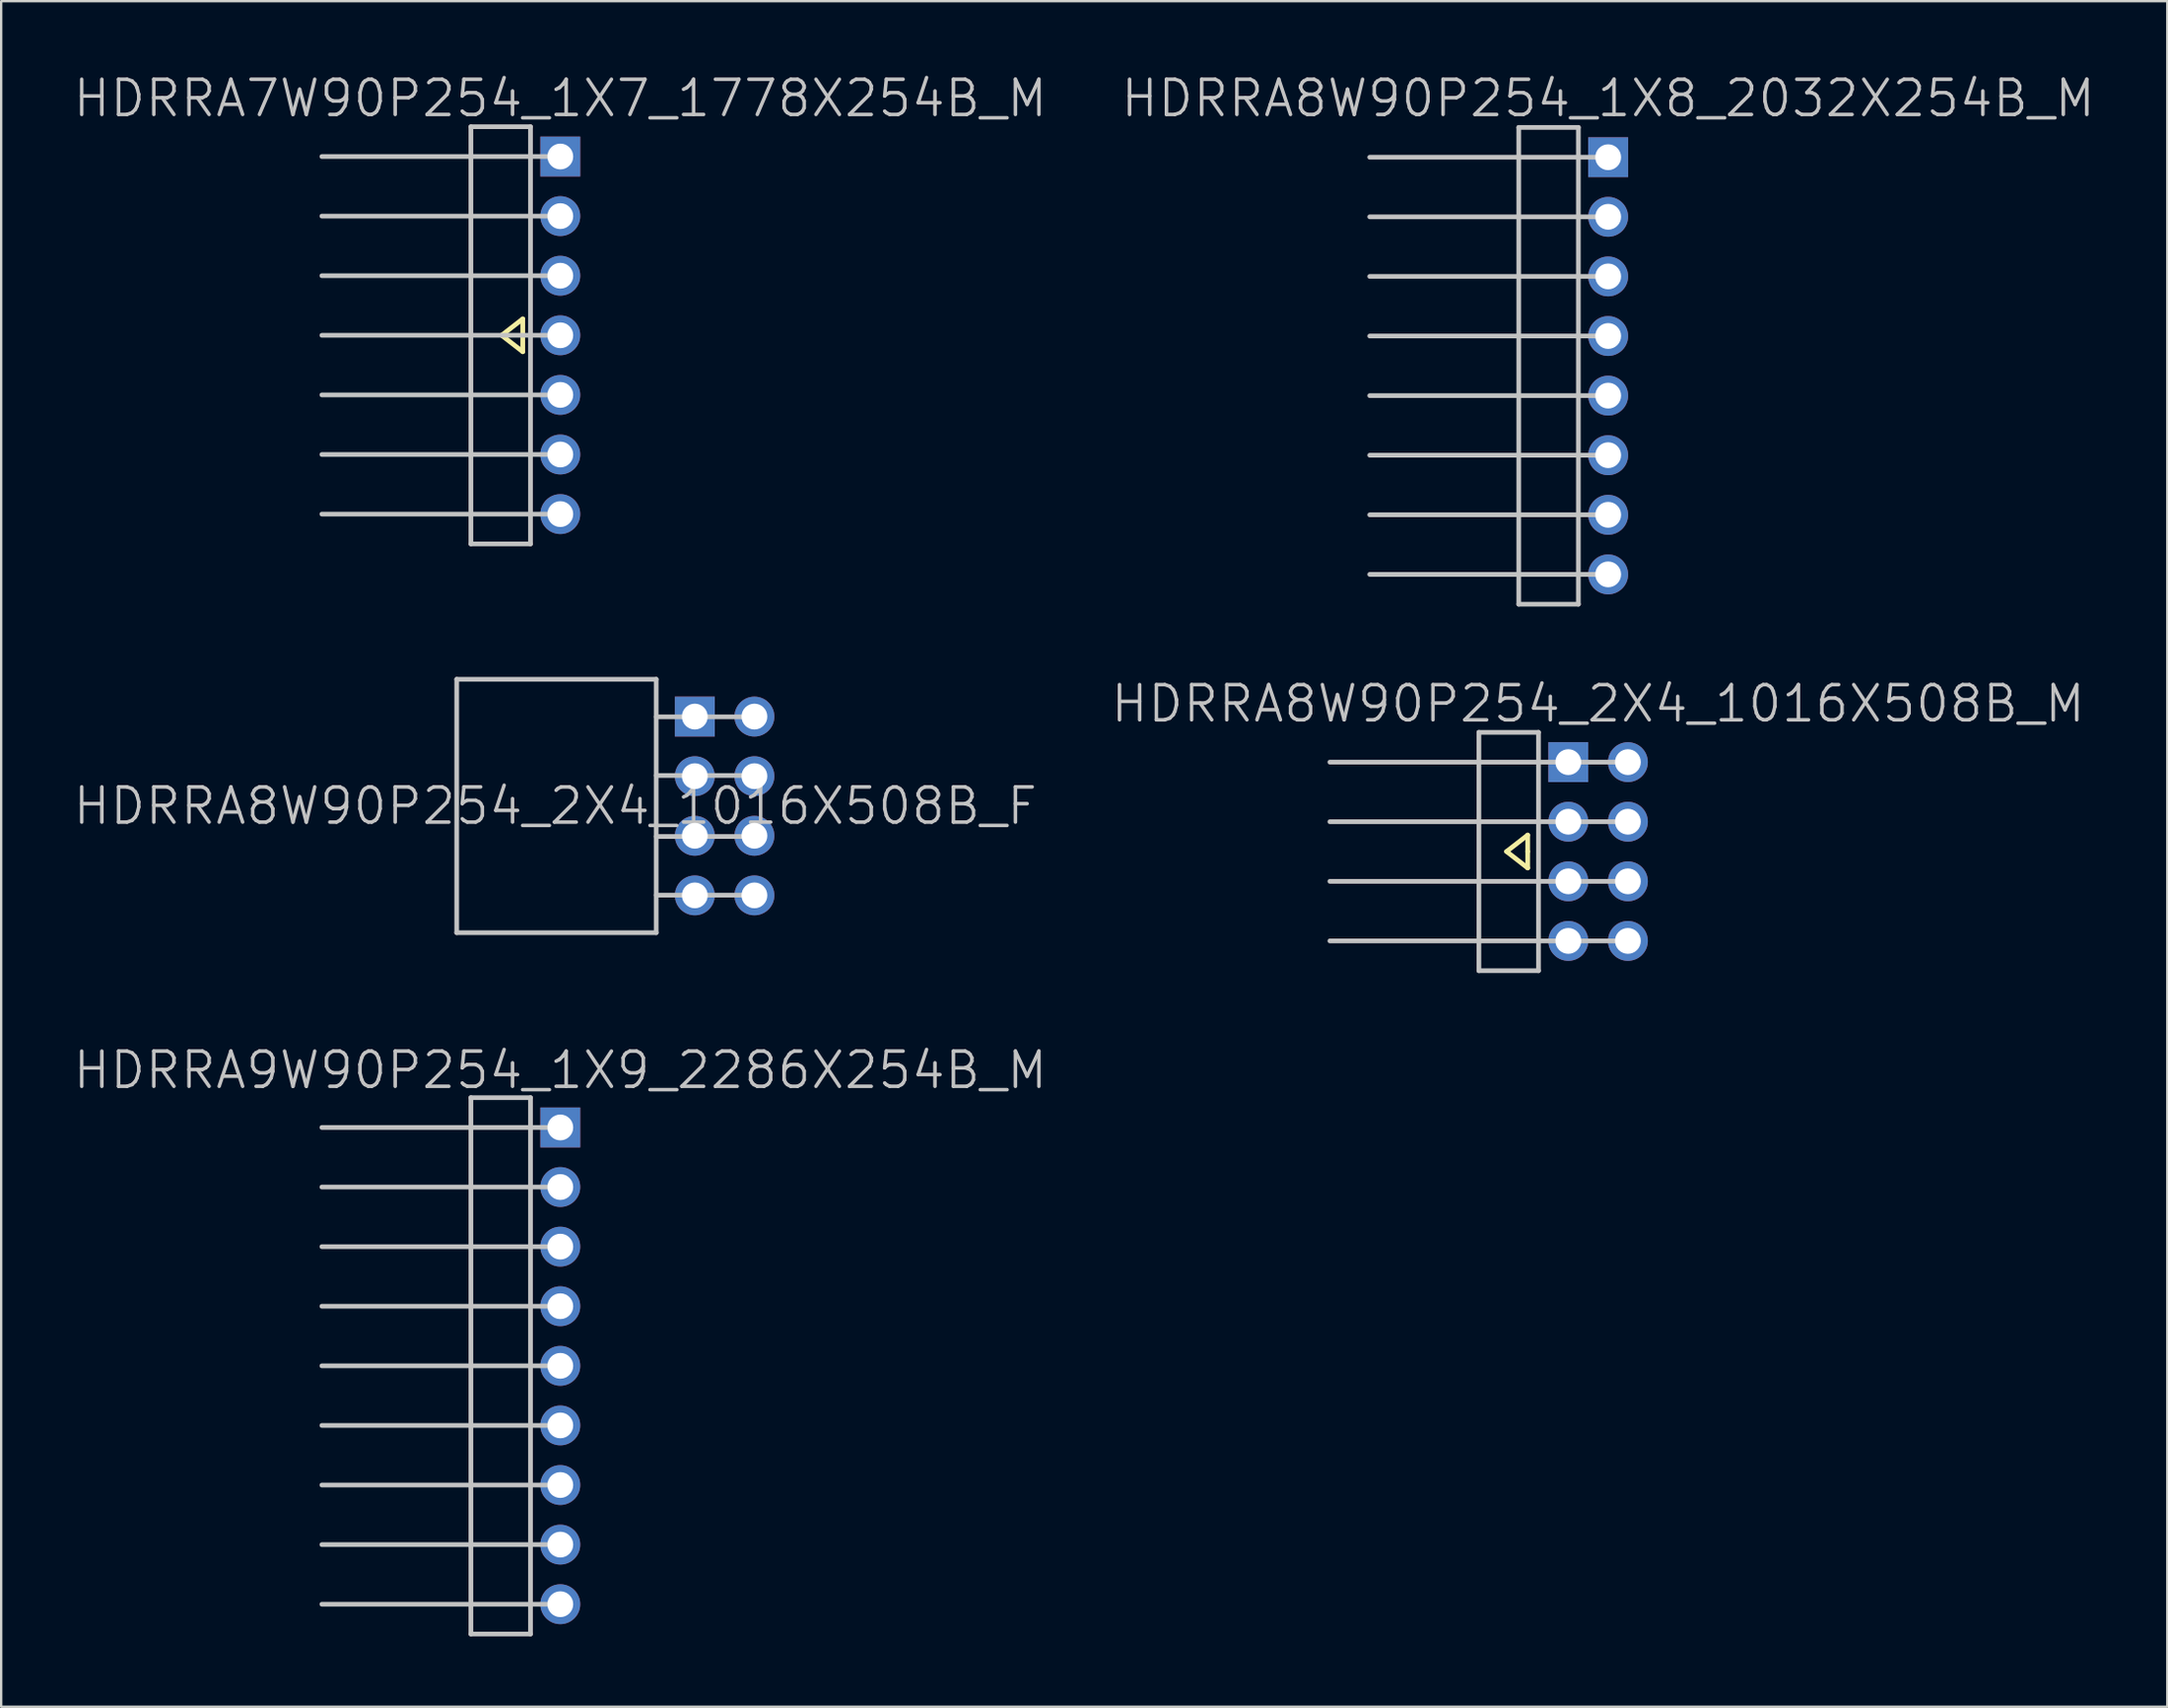
<source format=kicad_pcb>
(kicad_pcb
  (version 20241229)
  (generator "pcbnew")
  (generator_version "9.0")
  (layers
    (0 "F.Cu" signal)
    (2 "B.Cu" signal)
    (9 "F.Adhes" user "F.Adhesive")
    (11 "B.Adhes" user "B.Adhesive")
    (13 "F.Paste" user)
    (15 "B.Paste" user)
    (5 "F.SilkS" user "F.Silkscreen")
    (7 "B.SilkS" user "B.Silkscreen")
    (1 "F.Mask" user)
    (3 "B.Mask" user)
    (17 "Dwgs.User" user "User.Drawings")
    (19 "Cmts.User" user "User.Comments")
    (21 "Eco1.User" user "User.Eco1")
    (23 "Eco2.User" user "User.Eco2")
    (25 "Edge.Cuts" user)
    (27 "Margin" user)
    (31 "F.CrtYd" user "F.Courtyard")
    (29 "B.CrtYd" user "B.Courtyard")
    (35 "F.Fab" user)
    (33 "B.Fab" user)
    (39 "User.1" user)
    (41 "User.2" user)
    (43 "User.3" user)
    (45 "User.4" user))
  (footprint "HDRRA9W90P254_1X9_2286X254B_M"
    (layer "F.Cu")
    (at 20.825 55.162)
    (property "Reference" "HDRRA9W90P254_1X9_2286X254B_M" (at 0 -12.6 180) (layer "Dwgs.User") (effects (font (size 1.5 1.5) (thickness 0.15))))
    (attr through_hole)
    (fp_line (start -10.16 -5.08) (end 0 -5.08) (stroke (width 0.2) (type solid)) (layer "Dwgs.User"))
    (fp_line (start -3.81 -11.43) (end -1.27 -11.43) (stroke (width 0.2) (type solid)) (layer "Dwgs.User"))
    (fp_line (start -3.81 11.43) (end -3.81 -11.43) (stroke (width 0.2) (type solid)) (layer "Dwgs.User"))
    (fp_line (start -1.27 -11.43) (end -1.27 11.43) (stroke (width 0.2) (type solid)) (layer "Dwgs.User"))
    (fp_line (start -1.27 11.43) (end -3.81 11.43) (stroke (width 0.2) (type solid)) (layer "Dwgs.User"))
    (fp_line (start 0 -10.16) (end -10.16 -10.16) (stroke (width 0.2) (type solid)) (layer "Dwgs.User"))
    (fp_line (start 0 -7.62) (end -10.16 -7.62) (stroke (width 0.2) (type solid)) (layer "Dwgs.User"))
    (fp_line (start 0 -2.54) (end -10.16 -2.54) (stroke (width 0.2) (type solid)) (layer "Dwgs.User"))
    (fp_line (start 0 0) (end -10.16 0) (stroke (width 0.2) (type solid)) (layer "Dwgs.User"))
    (fp_line (start 0 2.54) (end -10.16 2.54) (stroke (width 0.2) (type solid)) (layer "Dwgs.User"))
    (fp_line (start 0 5.08) (end -10.16 5.08) (stroke (width 0.2) (type solid)) (layer "Dwgs.User"))
    (fp_line (start 0 7.62) (end -10.16 7.62) (stroke (width 0.2) (type solid)) (layer "Dwgs.User"))
    (fp_line (start 0 10.16) (end -10.16 10.16) (stroke (width 0.2) (type solid)) (layer "Dwgs.User"))
    (pad "1" thru_hole rect (at 0 -10.16) (size 1.7 1.7) (drill 1.1) (layers "*.Cu" "*.Mask"))
    (pad "2" thru_hole circle (at 0 -7.62 270) (size 1.7 1.7) (drill 1.1) (layers "*.Cu" "*.Mask"))
    (pad "3" thru_hole circle (at 0 -5.08 270) (size 1.7 1.7) (drill 1.1) (layers "*.Cu" "*.Mask"))
    (pad "4" thru_hole circle (at 0 -2.54 270) (size 1.7 1.7) (drill 1.1) (layers "*.Cu" "*.Mask"))
    (pad "5" thru_hole circle (at 0 0 270) (size 1.7 1.7) (drill 1.1) (layers "*.Cu" "*.Mask"))
    (pad "6" thru_hole circle (at 0 2.54 270) (size 1.7 1.7) (drill 1.1) (layers "*.Cu" "*.Mask"))
    (pad "7" thru_hole circle (at 0 5.08 270) (size 1.7 1.7) (drill 1.1) (layers "*.Cu" "*.Mask"))
    (pad "8" thru_hole circle (at 0 7.62 270) (size 1.7 1.7) (drill 1.1) (layers "*.Cu" "*.Mask"))
    (pad "9" thru_hole circle (at 0 10.16 270) (size 1.7 1.7) (drill 1.1) (layers "*.Cu" "*.Mask")))
  (footprint "HDRRA8W90P254_1X8_2032X254B_M"
    (layer "F.Cu")
    (at 65.475 12.541)
    (property "Reference" "HDRRA8W90P254_1X8_2032X254B_M" (at 0 -11.4 180) (layer "Dwgs.User") (effects (font (size 1.5 1.5) (thickness 0.15))))
    (attr through_hole)
    (fp_line (start -10.16 -3.81) (end 0 -3.81) (stroke (width 0.2) (type solid)) (layer "Dwgs.User"))
    (fp_line (start -3.81 -10.16) (end -1.27 -10.16) (stroke (width 0.2) (type solid)) (layer "Dwgs.User"))
    (fp_line (start -3.81 10.16) (end -3.81 -10.16) (stroke (width 0.2) (type solid)) (layer "Dwgs.User"))
    (fp_line (start -1.27 -10.16) (end -1.27 10.16) (stroke (width 0.2) (type solid)) (layer "Dwgs.User"))
    (fp_line (start -1.27 10.16) (end -3.81 10.16) (stroke (width 0.2) (type solid)) (layer "Dwgs.User"))
    (fp_line (start 0 -8.89) (end -10.16 -8.89) (stroke (width 0.2) (type solid)) (layer "Dwgs.User"))
    (fp_line (start 0 -6.35) (end -10.16 -6.35) (stroke (width 0.2) (type solid)) (layer "Dwgs.User"))
    (fp_line (start 0 -1.27) (end -10.16 -1.27) (stroke (width 0.2) (type solid)) (layer "Dwgs.User"))
    (fp_line (start 0 1.27) (end -10.16 1.27) (stroke (width 0.2) (type solid)) (layer "Dwgs.User"))
    (fp_line (start 0 3.81) (end -10.16 3.81) (stroke (width 0.2) (type solid)) (layer "Dwgs.User"))
    (fp_line (start 0 6.35) (end -10.16 6.35) (stroke (width 0.2) (type solid)) (layer "Dwgs.User"))
    (fp_line (start 0 8.89) (end -10.16 8.89) (stroke (width 0.2) (type solid)) (layer "Dwgs.User"))
    (pad "1" thru_hole rect (at 0 -8.89) (size 1.7 1.7) (drill 1.1) (layers "*.Cu" "*.Mask"))
    (pad "2" thru_hole circle (at 0 -6.35 270) (size 1.7 1.7) (drill 1.1) (layers "*.Cu" "*.Mask"))
    (pad "3" thru_hole circle (at 0 -3.81 270) (size 1.7 1.7) (drill 1.1) (layers "*.Cu" "*.Mask"))
    (pad "4" thru_hole circle (at 0 -1.27 270) (size 1.7 1.7) (drill 1.1) (layers "*.Cu" "*.Mask"))
    (pad "5" thru_hole circle (at 0 1.27 270) (size 1.7 1.7) (drill 1.1) (layers "*.Cu" "*.Mask"))
    (pad "6" thru_hole circle (at 0 3.81 270) (size 1.7 1.7) (drill 1.1) (layers "*.Cu" "*.Mask"))
    (pad "7" thru_hole circle (at 0 6.35 270) (size 1.7 1.7) (drill 1.1) (layers "*.Cu" "*.Mask"))
    (pad "8" thru_hole circle (at 0 8.89 270) (size 1.7 1.7) (drill 1.1) (layers "*.Cu" "*.Mask")))
  (footprint "HDRRA8W90P254_2X4_1016X508B_M"
    (layer "F.Cu")
    (at 65.046 33.242)
    (property "Reference" "HDRRA8W90P254_2X4_1016X508B_M" (at 0 -6.3 180) (layer "Dwgs.User") (effects (font (size 1.5 1.5) (thickness 0.15))))
    (attr through_hole)
    (fp_line (start -3.9 0) (end -3 0.7) (stroke (width 0.2) (type solid)) (layer "F.SilkS"))
    (fp_line (start -3 -0.7) (end -3.9 0) (stroke (width 0.2) (type solid)) (layer "F.SilkS"))
    (fp_line (start -3 0) (end -3 -0.7) (stroke (width 0.2) (type solid)) (layer "F.SilkS"))
    (fp_line (start -3 0.7) (end -3 0) (stroke (width 0.2) (type solid)) (layer "F.SilkS"))
    (fp_line (start -11.43 1.27) (end 1.27 1.27) (stroke (width 0.2) (type solid)) (layer "Dwgs.User"))
    (fp_line (start -5.08 -5.08) (end -2.54 -5.08) (stroke (width 0.2) (type solid)) (layer "Dwgs.User"))
    (fp_line (start -5.08 5.08) (end -5.08 -5.08) (stroke (width 0.2) (type solid)) (layer "Dwgs.User"))
    (fp_line (start -2.54 -5.08) (end -2.54 5.08) (stroke (width 0.2) (type solid)) (layer "Dwgs.User"))
    (fp_line (start -2.54 5.08) (end -5.08 5.08) (stroke (width 0.2) (type solid)) (layer "Dwgs.User"))
    (fp_line (start 1.27 -3.81) (end -11.43 -3.81) (stroke (width 0.2) (type solid)) (layer "Dwgs.User"))
    (fp_line (start 1.27 -1.27) (end -11.43 -1.27) (stroke (width 0.2) (type solid)) (layer "Dwgs.User"))
    (fp_line (start 1.27 3.81) (end -11.43 3.81) (stroke (width 0.2) (type solid)) (layer "Dwgs.User"))
    (pad "1" thru_hole rect (at -1.27 -3.81) (size 1.7 1.7) (drill 1.1) (layers "*.Cu" "*.Mask"))
    (pad "2" thru_hole circle (at 1.27 -3.81 270) (size 1.7 1.7) (drill 1.1) (layers "*.Cu" "*.Mask"))
    (pad "3" thru_hole circle (at -1.27 -1.27 270) (size 1.7 1.7) (drill 1.1) (layers "*.Cu" "*.Mask"))
    (pad "4" thru_hole circle (at 1.27 -1.27 270) (size 1.7 1.7) (drill 1.1) (layers "*.Cu" "*.Mask"))
    (pad "5" thru_hole circle (at -1.27 1.27 270) (size 1.7 1.7) (drill 1.1) (layers "*.Cu" "*.Mask"))
    (pad "6" thru_hole circle (at 1.27 1.27 270) (size 1.7 1.7) (drill 1.1) (layers "*.Cu" "*.Mask"))
    (pad "7" thru_hole circle (at -1.27 3.81 270) (size 1.7 1.7) (drill 1.1) (layers "*.Cu" "*.Mask"))
    (pad "8" thru_hole circle (at 1.27 3.81 270) (size 1.7 1.7) (drill 1.1) (layers "*.Cu" "*.Mask")))
  (footprint "HDRRA8W90P254_2X4_1016X508B_F"
    (layer "F.Cu")
    (at 22.911 31.301)
    (property "Reference" "HDRRA8W90P254_2X4_1016X508B_F" (at -2.3 0 180) (layer "Dwgs.User") (effects (font (size 1.5 1.5) (thickness 0.15))))
    (attr through_hole)
    (fp_line (start -6.5 -5.4) (end -6.5 5.4) (stroke (width 0.2) (type solid)) (layer "Dwgs.User"))
    (fp_line (start 2 -5.4) (end -6.5 -5.4) (stroke (width 0.2) (type solid)) (layer "Dwgs.User"))
    (fp_line (start 2 -5.4) (end 2 5.4) (stroke (width 0.2) (type solid)) (layer "Dwgs.User"))
    (fp_line (start 2 5.4) (end -6.5 5.4) (stroke (width 0.2) (type solid)) (layer "Dwgs.User"))
    (fp_line (start 6.2 -3.8) (end 2 -3.8) (stroke (width 0.2) (type solid)) (layer "Dwgs.User"))
    (fp_line (start 6.2 -1.3) (end 2 -1.3) (stroke (width 0.2) (type solid)) (layer "Dwgs.User"))
    (fp_line (start 6.2 1.3) (end 2 1.3) (stroke (width 0.2) (type solid)) (layer "Dwgs.User"))
    (fp_line (start 6.2 3.8) (end 2 3.8) (stroke (width 0.2) (type solid)) (layer "Dwgs.User"))
    (pad "1" thru_hole rect (at 3.645 -3.81) (size 1.7 1.7) (drill 1.1) (layers "*.Cu" "*.Mask"))
    (pad "2" thru_hole circle (at 6.185 -3.81 270) (size 1.7 1.7) (drill 1.1) (layers "*.Cu" "*.Mask"))
    (pad "3" thru_hole circle (at 3.645 -1.27 270) (size 1.7 1.7) (drill 1.1) (layers "*.Cu" "*.Mask"))
    (pad "4" thru_hole circle (at 6.185 -1.27 270) (size 1.7 1.7) (drill 1.1) (layers "*.Cu" "*.Mask"))
    (pad "5" thru_hole circle (at 3.645 1.27 270) (size 1.7 1.7) (drill 1.1) (layers "*.Cu" "*.Mask"))
    (pad "6" thru_hole circle (at 6.185 1.27 270) (size 1.7 1.7) (drill 1.1) (layers "*.Cu" "*.Mask"))
    (pad "7" thru_hole circle (at 3.645 3.81 270) (size 1.7 1.7) (drill 1.1) (layers "*.Cu" "*.Mask"))
    (pad "8" thru_hole circle (at 6.185 3.81 270) (size 1.7 1.7) (drill 1.1) (layers "*.Cu" "*.Mask")))
  (footprint "HDRRA7W90P254_1X7_1778X254B_M"
    (layer "F.Cu")
    (at 20.825 11.241)
    (property "Reference" "HDRRA7W90P254_1X7_1778X254B_M" (at 0 -10.1 180) (layer "Dwgs.User") (effects (font (size 1.5 1.5) (thickness 0.15))))
    (attr through_hole)
    (fp_line (start -2.5 0) (end -1.6 0.7) (stroke (width 0.2) (type solid)) (layer "F.SilkS"))
    (fp_line (start -1.6 -0.7) (end -2.5 0) (stroke (width 0.2) (type solid)) (layer "F.SilkS"))
    (fp_line (start -1.6 0) (end -1.6 -0.7) (stroke (width 0.2) (type solid)) (layer "F.SilkS"))
    (fp_line (start -1.6 0.7) (end -1.6 0) (stroke (width 0.2) (type solid)) (layer "F.SilkS"))
    (fp_line (start -10.16 -2.54) (end 0 -2.54) (stroke (width 0.2) (type solid)) (layer "Dwgs.User"))
    (fp_line (start -3.81 -8.89) (end -1.27 -8.89) (stroke (width 0.2) (type solid)) (layer "Dwgs.User"))
    (fp_line (start -3.81 8.89) (end -3.81 -8.89) (stroke (width 0.2) (type solid)) (layer "Dwgs.User"))
    (fp_line (start -1.27 -8.89) (end -1.27 8.89) (stroke (width 0.2) (type solid)) (layer "Dwgs.User"))
    (fp_line (start -1.27 8.89) (end -3.81 8.89) (stroke (width 0.2) (type solid)) (layer "Dwgs.User"))
    (fp_line (start 0 -7.62) (end -10.16 -7.62) (stroke (width 0.2) (type solid)) (layer "Dwgs.User"))
    (fp_line (start 0 -5.08) (end -10.16 -5.08) (stroke (width 0.2) (type solid)) (layer "Dwgs.User"))
    (fp_line (start 0 0) (end -10.16 0) (stroke (width 0.2) (type solid)) (layer "Dwgs.User"))
    (fp_line (start 0 2.54) (end -10.16 2.54) (stroke (width 0.2) (type solid)) (layer "Dwgs.User"))
    (fp_line (start 0 5.08) (end -10.16 5.08) (stroke (width 0.2) (type solid)) (layer "Dwgs.User"))
    (fp_line (start 0 7.62) (end -10.16 7.62) (stroke (width 0.2) (type solid)) (layer "Dwgs.User"))
    (pad "1" thru_hole rect (at 0 -7.62) (size 1.7 1.7) (drill 1.1) (layers "*.Cu" "*.Mask"))
    (pad "2" thru_hole circle (at 0 -5.08 270) (size 1.7 1.7) (drill 1.1) (layers "*.Cu" "*.Mask"))
    (pad "3" thru_hole circle (at 0 -2.54 270) (size 1.7 1.7) (drill 1.1) (layers "*.Cu" "*.Mask"))
    (pad "4" thru_hole circle (at 0 0 270) (size 1.7 1.7) (drill 1.1) (layers "*.Cu" "*.Mask"))
    (pad "5" thru_hole circle (at 0 2.54 270) (size 1.7 1.7) (drill 1.1) (layers "*.Cu" "*.Mask"))
    (pad "6" thru_hole circle (at 0 5.08 270) (size 1.7 1.7) (drill 1.1) (layers "*.Cu" "*.Mask"))
    (pad "7" thru_hole circle (at 0 7.62 270) (size 1.7 1.7) (drill 1.1) (layers "*.Cu" "*.Mask")))
  (gr_rect
    (start -3 -3)
    (end 89.3 69.692)
    (stroke (width 0.1) (type default))
    (fill no)
    (layer "Edge.Cuts")))
</source>
